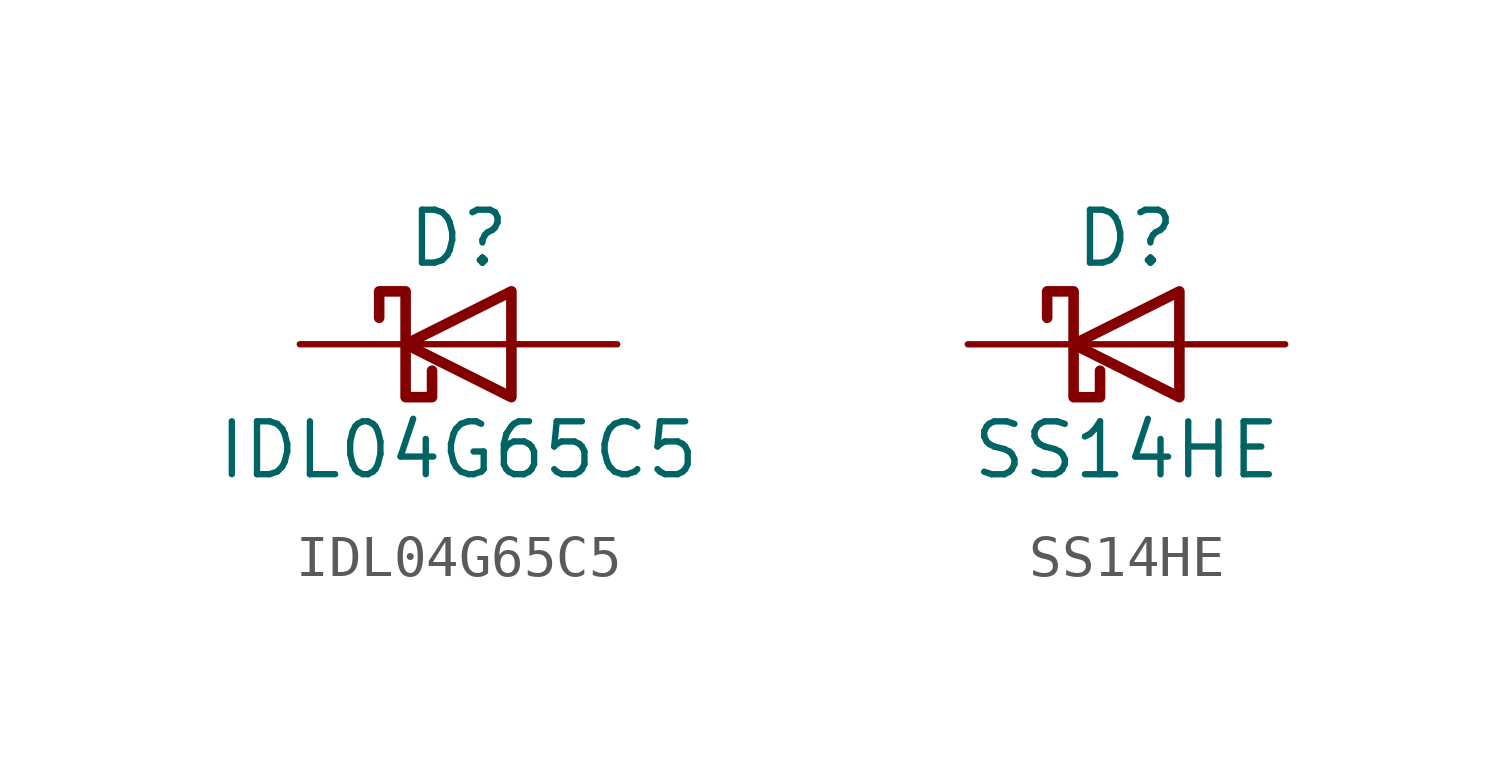
<source format=kicad_sym>
(kicad_symbol_lib
  (version 20220914)
  (generator kicad_db_lib)
  (symbol "IDL04G65C5"
    (pin_numbers hide)
    (pin_names
      (offset 1.016) hide)
    (property "Reference" "D"
      (at 0 2.54 0)
      (effects (font (size 1.27 1.27))))
    (property "Value" "IDL04G65C5"
      (at 0 -2.54 0)
      (effects (font (size 1.27 1.27))))
    (symbol "IDL04G65C5_0_1"
      (polyline (pts (xy 1.27 0) (xy -1.27 0)) (stroke (width 0) (type default)) (fill (type none)))
      (polyline (pts (xy 1.27 1.27) (xy 1.27 -1.27) (xy -1.27 0) (xy 1.27 1.27)) (stroke (width 0.254) (type default)) (fill (type none)))
      (polyline (pts (xy -1.905 0.635) (xy -1.905 1.27) (xy -1.27 1.27) (xy -1.27 -1.27) (xy -0.635 -1.27) (xy -0.635 -0.635)) (stroke (width 0.254) (type default)) (fill (type none))))
    (symbol "IDL04G65C5_1_1"
      (pin passive line (at -3.81 0 0) (length 2.54) (name "K" (effects (font (size 1.27 1.27)))) (number "1" (effects (font (size 1.27 1.27)))))
      (pin passive line (at 3.81 0 180) (length 2.54) (name "A" (effects (font (size 1.27 1.27)))) (number "2" (effects (font (size 1.27 1.27)))))))
  (symbol "SS14HE"
    (pin_numbers hide)
    (pin_names
      (offset 1.016) hide)
    (property "Reference" "D"
      (at 0 2.54 0)
      (effects (font (size 1.27 1.27))))
    (property "Value" "SS14HE"
      (at 0 -2.54 0)
      (effects (font (size 1.27 1.27))))
    (symbol "SS14HE_0_1"
      (polyline (pts (xy 1.27 0) (xy -1.27 0)) (stroke (width 0) (type default)) (fill (type none)))
      (polyline (pts (xy 1.27 1.27) (xy 1.27 -1.27) (xy -1.27 0) (xy 1.27 1.27)) (stroke (width 0.254) (type default)) (fill (type none)))
      (polyline (pts (xy -1.905 0.635) (xy -1.905 1.27) (xy -1.27 1.27) (xy -1.27 -1.27) (xy -0.635 -1.27) (xy -0.635 -0.635)) (stroke (width 0.254) (type default)) (fill (type none))))
    (symbol "SS14HE_1_1"
      (pin passive line (at -3.81 0 0) (length 2.54) (name "K" (effects (font (size 1.27 1.27)))) (number "1" (effects (font (size 1.27 1.27)))))
      (pin passive line (at 3.81 0 180) (length 2.54) (name "A" (effects (font (size 1.27 1.27)))) (number "2" (effects (font (size 1.27 1.27))))))))
</source>
